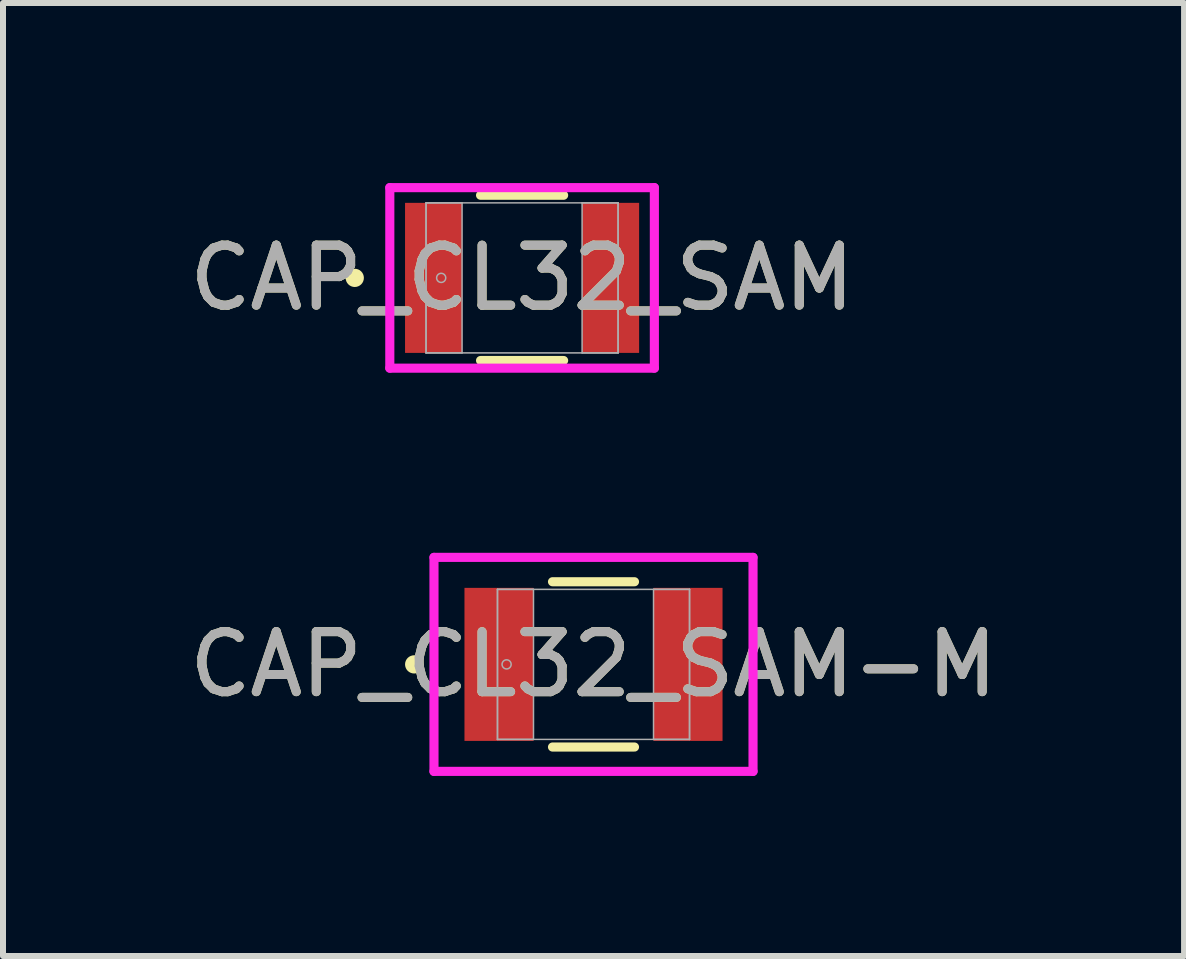
<source format=kicad_pcb>
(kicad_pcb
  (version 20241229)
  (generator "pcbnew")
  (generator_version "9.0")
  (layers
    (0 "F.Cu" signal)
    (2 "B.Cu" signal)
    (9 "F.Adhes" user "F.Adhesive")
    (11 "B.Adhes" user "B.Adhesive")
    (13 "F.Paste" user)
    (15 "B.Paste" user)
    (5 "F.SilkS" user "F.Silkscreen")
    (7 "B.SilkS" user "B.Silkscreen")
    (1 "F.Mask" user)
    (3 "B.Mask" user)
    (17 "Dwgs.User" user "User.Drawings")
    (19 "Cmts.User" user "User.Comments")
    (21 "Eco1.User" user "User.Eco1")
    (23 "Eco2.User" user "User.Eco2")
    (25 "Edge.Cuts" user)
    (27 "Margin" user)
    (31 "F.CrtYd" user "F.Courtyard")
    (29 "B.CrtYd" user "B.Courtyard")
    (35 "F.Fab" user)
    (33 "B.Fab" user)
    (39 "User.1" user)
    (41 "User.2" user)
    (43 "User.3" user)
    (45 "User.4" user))
  (footprint "CAP_CL32_SAM"
    (layer "F.Cu")
    (at 5.649 1.58)
    (property "Reference" "CAP_CL32_SAM" (at 0 0 0) (unlocked yes) (layer "F.SilkS") (effects (font (size 1 1) (thickness 0.15))))
    (attr smd)
    (fp_line (start -0.692 1.377) (end 0.692 1.377) (stroke (width 0.152) (type solid)) (layer "F.SilkS"))
    (fp_line (start 0.692 -1.377) (end -0.692 -1.377) (stroke (width 0.152) (type solid)) (layer "F.SilkS"))
    (fp_circle (center -2.788 0) (end -2.712 0) (stroke (width 0.152) (type solid)) (fill no) (layer "F.SilkS"))
    (fp_line (start -2.204 -1.504) (end 2.204 -1.504) (stroke (width 0.152) (type solid)) (layer "F.CrtYd"))
    (fp_line (start -2.204 1.504) (end -2.204 -1.504) (stroke (width 0.152) (type solid)) (layer "F.CrtYd"))
    (fp_line (start 2.204 -1.504) (end 2.204 1.504) (stroke (width 0.152) (type solid)) (layer "F.CrtYd"))
    (fp_line (start 2.204 1.504) (end -2.204 1.504) (stroke (width 0.152) (type solid)) (layer "F.CrtYd"))
    (fp_line (start -1.6 -1.25) (end -1.6 1.25) (stroke (width 0.025) (type solid)) (layer "F.Fab"))
    (fp_line (start -1.6 -1.25) (end -1.6 1.25) (stroke (width 0.025) (type solid)) (layer "F.Fab"))
    (fp_line (start -1.6 1.25) (end -1 1.25) (stroke (width 0.025) (type solid)) (layer "F.Fab"))
    (fp_line (start -1.6 1.25) (end 1.6 1.25) (stroke (width 0.025) (type solid)) (layer "F.Fab"))
    (fp_line (start -1 -1.25) (end -1.6 -1.25) (stroke (width 0.025) (type solid)) (layer "F.Fab"))
    (fp_line (start -1 1.25) (end -1 -1.25) (stroke (width 0.025) (type solid)) (layer "F.Fab"))
    (fp_line (start 1 -1.25) (end 1 1.25) (stroke (width 0.025) (type solid)) (layer "F.Fab"))
    (fp_line (start 1 1.25) (end 1.6 1.25) (stroke (width 0.025) (type solid)) (layer "F.Fab"))
    (fp_line (start 1.6 -1.25) (end -1.6 -1.25) (stroke (width 0.025) (type solid)) (layer "F.Fab"))
    (fp_line (start 1.6 -1.25) (end 1 -1.25) (stroke (width 0.025) (type solid)) (layer "F.Fab"))
    (fp_line (start 1.6 1.25) (end 1.6 -1.25) (stroke (width 0.025) (type solid)) (layer "F.Fab"))
    (fp_line (start 1.6 1.25) (end 1.6 -1.25) (stroke (width 0.025) (type solid)) (layer "F.Fab"))
    (fp_circle (center -1.348 0) (end -1.272 0) (stroke (width 0.025) (type solid)) (fill no) (layer "F.Fab"))
    (fp_text user "${REFERENCE}" (at 0 0 0) (unlocked yes) (layer "F.Fab") (effects (font (size 1 1) (thickness 0.15))))
    (pad "1" smd rect (at -1.475 0) (size 0.95 2.5) (layers "F.Cu" "F.Mask" "F.Paste"))
    (pad "2" smd rect (at 1.475 0) (size 0.95 2.5) (layers "F.Cu" "F.Mask" "F.Paste"))
    (zone (net_name "") (layer "F.Cu") (hatch full 0.508) (connect_pads) (min_thickness 0.254) (filled_areas_thickness no) (keepout (tracks not_allowed) (vias not_allowed) (pads allowed) (copperpour not_allowed) (footprints allowed)) (placement (enabled no)) (fill) (polygon (pts (xy 4.7 0.381) (xy 6.598 0.381) (xy 6.598 2.779) (xy 4.7 2.779)))))
  (footprint "CAP_CL32_SAM-M"
    (layer "F.Cu")
    (at 6.839 8.02)
    (property "Reference" "CAP_CL32_SAM-M" (at 0 0 0) (unlocked yes) (layer "F.SilkS") (effects (font (size 1 1) (thickness 0.15))))
    (attr smd)
    (fp_line (start -0.683 1.377) (end 0.683 1.377) (stroke (width 0.152) (type solid)) (layer "F.SilkS"))
    (fp_line (start 0.683 -1.377) (end -0.683 -1.377) (stroke (width 0.152) (type solid)) (layer "F.SilkS"))
    (fp_circle (center -2.988 0) (end -2.912 0) (stroke (width 0.152) (type solid)) (fill no) (layer "F.SilkS"))
    (fp_line (start -2.658 -1.783) (end 2.658 -1.783) (stroke (width 0.152) (type solid)) (layer "F.CrtYd"))
    (fp_line (start -2.658 1.783) (end -2.658 -1.783) (stroke (width 0.152) (type solid)) (layer "F.CrtYd"))
    (fp_line (start 2.658 -1.783) (end 2.658 1.783) (stroke (width 0.152) (type solid)) (layer "F.CrtYd"))
    (fp_line (start 2.658 1.783) (end -2.658 1.783) (stroke (width 0.152) (type solid)) (layer "F.CrtYd"))
    (fp_line (start -1.6 -1.25) (end -1.6 1.25) (stroke (width 0.025) (type solid)) (layer "F.Fab"))
    (fp_line (start -1.6 -1.25) (end -1.6 1.25) (stroke (width 0.025) (type solid)) (layer "F.Fab"))
    (fp_line (start -1.6 1.25) (end -1 1.25) (stroke (width 0.025) (type solid)) (layer "F.Fab"))
    (fp_line (start -1.6 1.25) (end 1.6 1.25) (stroke (width 0.025) (type solid)) (layer "F.Fab"))
    (fp_line (start -1 -1.25) (end -1.6 -1.25) (stroke (width 0.025) (type solid)) (layer "F.Fab"))
    (fp_line (start -1 1.25) (end -1 -1.25) (stroke (width 0.025) (type solid)) (layer "F.Fab"))
    (fp_line (start 1 -1.25) (end 1 1.25) (stroke (width 0.025) (type solid)) (layer "F.Fab"))
    (fp_line (start 1 1.25) (end 1.6 1.25) (stroke (width 0.025) (type solid)) (layer "F.Fab"))
    (fp_line (start 1.6 -1.25) (end -1.6 -1.25) (stroke (width 0.025) (type solid)) (layer "F.Fab"))
    (fp_line (start 1.6 -1.25) (end 1 -1.25) (stroke (width 0.025) (type solid)) (layer "F.Fab"))
    (fp_line (start 1.6 1.25) (end 1.6 -1.25) (stroke (width 0.025) (type solid)) (layer "F.Fab"))
    (fp_line (start 1.6 1.25) (end 1.6 -1.25) (stroke (width 0.025) (type solid)) (layer "F.Fab"))
    (fp_circle (center -1.448 0) (end -1.372 0) (stroke (width 0.025) (type solid)) (fill no) (layer "F.Fab"))
    (fp_text user "${REFERENCE}" (at 0 0 0) (unlocked yes) (layer "F.Fab") (effects (font (size 1 1) (thickness 0.15))))
    (pad "1" smd rect (at -1.575 0) (size 1.15 2.55) (layers "F.Cu" "F.Mask" "F.Paste"))
    (pad "2" smd rect (at 1.575 0) (size 1.15 2.55) (layers "F.Cu" "F.Mask" "F.Paste"))
    (zone (net_name "") (layer "F.Cu") (hatch full 0.508) (connect_pads) (min_thickness 0.254) (filled_areas_thickness no) (keepout (tracks not_allowed) (vias not_allowed) (pads allowed) (copperpour not_allowed) (footprints allowed)) (placement (enabled no)) (fill) (polygon (pts (xy 5.89 6.82) (xy 7.788 6.82) (xy 7.788 9.219) (xy 5.89 9.219)))))
  (gr_rect
    (start -3 -3)
    (end 16.679 12.879)
    (stroke (width 0.1) (type default))
    (fill no)
    (layer "Edge.Cuts")))
</source>
